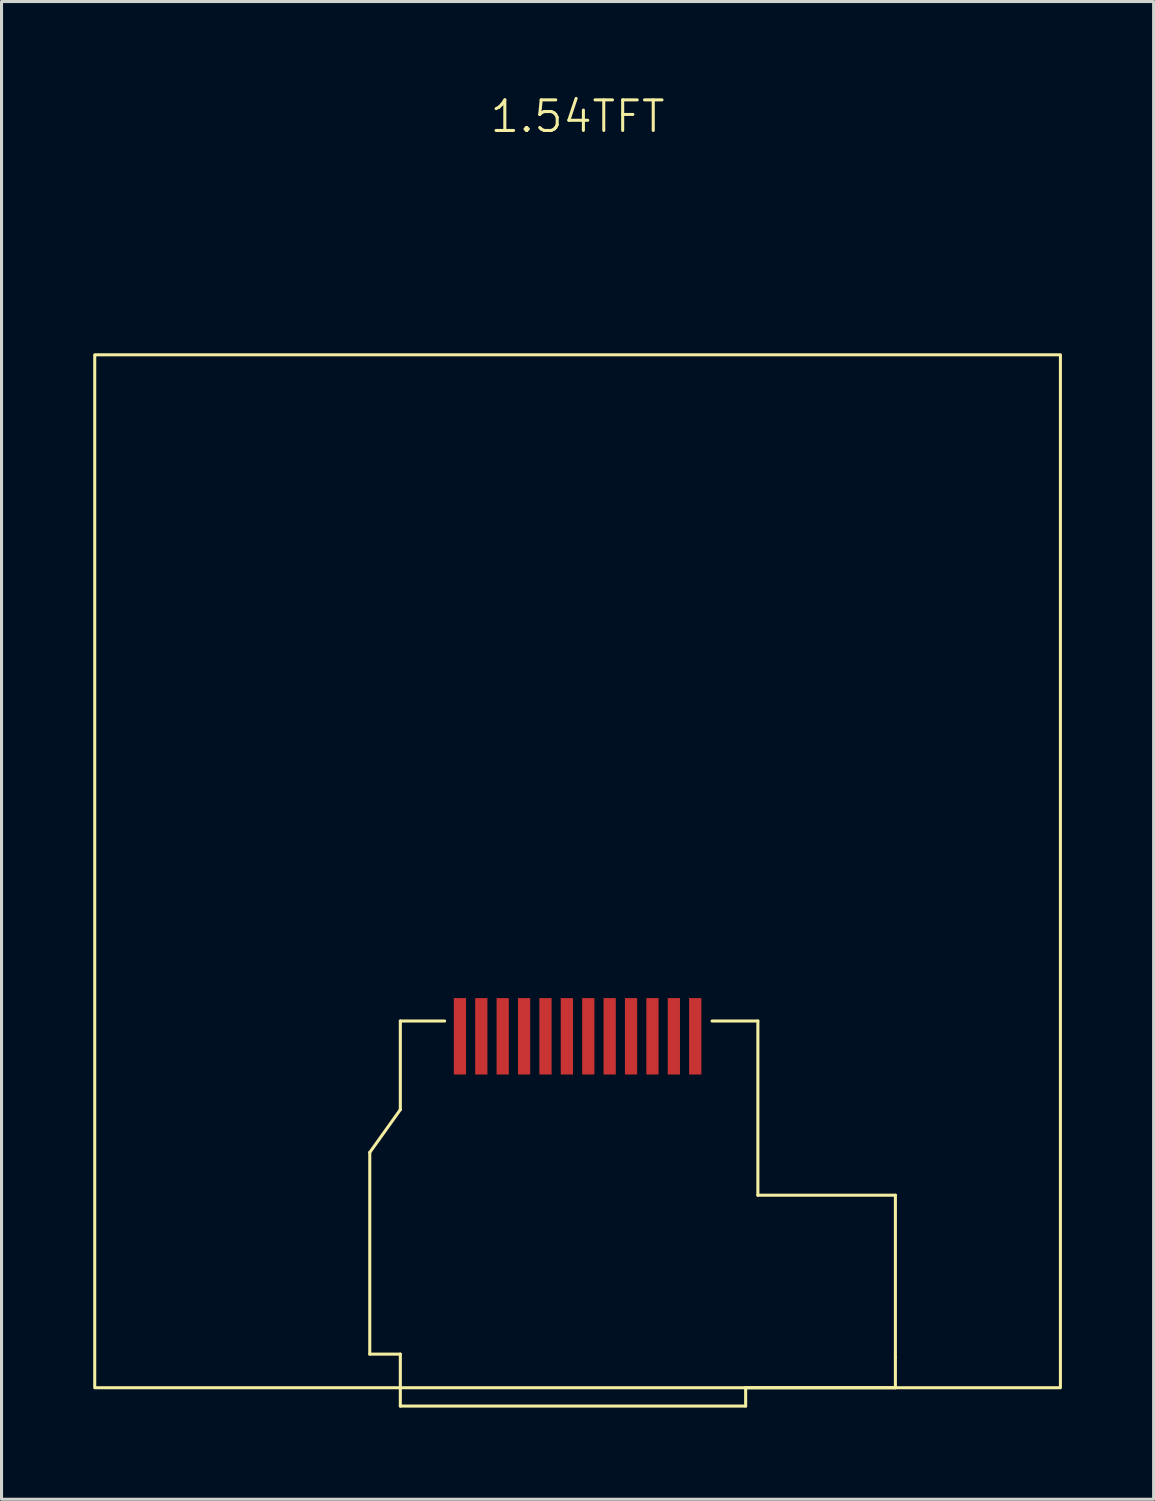
<source format=kicad_pcb>
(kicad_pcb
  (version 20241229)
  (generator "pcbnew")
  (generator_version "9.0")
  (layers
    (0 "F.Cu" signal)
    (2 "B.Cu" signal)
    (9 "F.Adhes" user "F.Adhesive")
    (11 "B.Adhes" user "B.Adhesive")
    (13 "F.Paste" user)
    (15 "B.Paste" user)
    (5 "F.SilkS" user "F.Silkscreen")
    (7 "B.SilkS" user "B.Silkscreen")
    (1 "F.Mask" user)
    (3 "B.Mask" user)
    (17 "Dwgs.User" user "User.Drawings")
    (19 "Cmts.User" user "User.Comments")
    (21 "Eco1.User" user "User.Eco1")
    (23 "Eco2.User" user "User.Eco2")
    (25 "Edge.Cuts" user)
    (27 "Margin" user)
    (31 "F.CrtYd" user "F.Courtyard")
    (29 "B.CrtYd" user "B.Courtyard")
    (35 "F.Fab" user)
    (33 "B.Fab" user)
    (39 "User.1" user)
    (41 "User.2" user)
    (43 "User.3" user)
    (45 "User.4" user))
  (footprint "1.54TFT"
    (layer "F.Cu")
    (at 15.85 42.361)
    (property "Reference" "1.54TFT" (at 0 -41.6 0) (unlocked yes) (layer "F.SilkS") (effects (font (size 1 1) (thickness 0.1))))
    (attr smd)
    (fp_line (start -6.8 -7.7) (end -5.8 -9.1) (stroke (width 0.1) (type default)) (layer "F.SilkS"))
    (fp_line (start -6.8 -1.1) (end -6.8 -7.7) (stroke (width 0.1) (type default)) (layer "F.SilkS"))
    (fp_line (start -5.8 -12) (end -4.35 -12) (stroke (width 0.1) (type default)) (layer "F.SilkS"))
    (fp_line (start -5.8 -9.1) (end -5.8 -12) (stroke (width 0.1) (type default)) (layer "F.SilkS"))
    (fp_line (start -5.8 -1.1) (end -6.8 -1.1) (stroke (width 0.1) (type default)) (layer "F.SilkS"))
    (fp_line (start -5.8 0.6) (end -5.8 -1.1) (stroke (width 0.1) (type default)) (layer "F.SilkS"))
    (fp_line (start 4.4 -12) (end 5.9 -12) (stroke (width 0.1) (type default)) (layer "F.SilkS"))
    (fp_line (start 5.5 0) (end 5.5 0.6) (stroke (width 0.1) (type default)) (layer "F.SilkS"))
    (fp_line (start 5.5 0.6) (end -5.8 0.6) (stroke (width 0.1) (type default)) (layer "F.SilkS"))
    (fp_line (start 5.9 -12) (end 5.9 -6.3) (stroke (width 0.1) (type default)) (layer "F.SilkS"))
    (fp_line (start 5.9 -6.3) (end 10.4 -6.3) (stroke (width 0.1) (type default)) (layer "F.SilkS"))
    (fp_line (start 10.4 -6.3) (end 10.4 -1) (stroke (width 0.1) (type default)) (layer "F.SilkS"))
    (fp_line (start 10.4 -1) (end 10.4 0) (stroke (width 0.1) (type default)) (layer "F.SilkS"))
    (fp_line (start 10.4 0) (end 5.5 0) (stroke (width 0.1) (type default)) (layer "F.SilkS"))
    (fp_rect (start -15.8 -33.8) (end 15.8 0) (stroke (width 0.1) (type default)) (fill no) (layer "F.SilkS"))
    (pad "1" smd rect (at 3.85 -11.5) (size 0.4 2.5) (layers "F.Cu" "F.Mask" "F.Paste"))
    (pad "2" smd rect (at 3.15 -11.5) (size 0.4 2.5) (layers "F.Cu" "F.Mask" "F.Paste"))
    (pad "3" smd rect (at 2.45 -11.5) (size 0.4 2.5) (layers "F.Cu" "F.Mask" "F.Paste"))
    (pad "4" smd rect (at 1.75 -11.5) (size 0.4 2.5) (layers "F.Cu" "F.Mask" "F.Paste"))
    (pad "5" smd rect (at 1.05 -11.5) (size 0.4 2.5) (layers "F.Cu" "F.Mask" "F.Paste"))
    (pad "6" smd rect (at 0.35 -11.5) (size 0.4 2.5) (layers "F.Cu" "F.Mask" "F.Paste"))
    (pad "7" smd rect (at -0.35 -11.5) (size 0.4 2.5) (layers "F.Cu" "F.Mask" "F.Paste"))
    (pad "8" smd rect (at -1.05 -11.5) (size 0.4 2.5) (layers "F.Cu" "F.Mask" "F.Paste"))
    (pad "9" smd rect (at -1.75 -11.5) (size 0.4 2.5) (layers "F.Cu" "F.Mask" "F.Paste"))
    (pad "10" smd rect (at -2.45 -11.5) (size 0.4 2.5) (layers "F.Cu" "F.Mask" "F.Paste"))
    (pad "11" smd rect (at -3.15 -11.5) (size 0.4 2.5) (layers "F.Cu" "F.Mask" "F.Paste"))
    (pad "12" smd rect (at -3.85 -11.5) (size 0.4 2.5) (layers "F.Cu" "F.Mask" "F.Paste")))
  (gr_rect
    (start -3 -3)
    (end 34.7 46.011)
    (stroke (width 0.1) (type default))
    (fill no)
    (layer "Edge.Cuts")))
</source>
